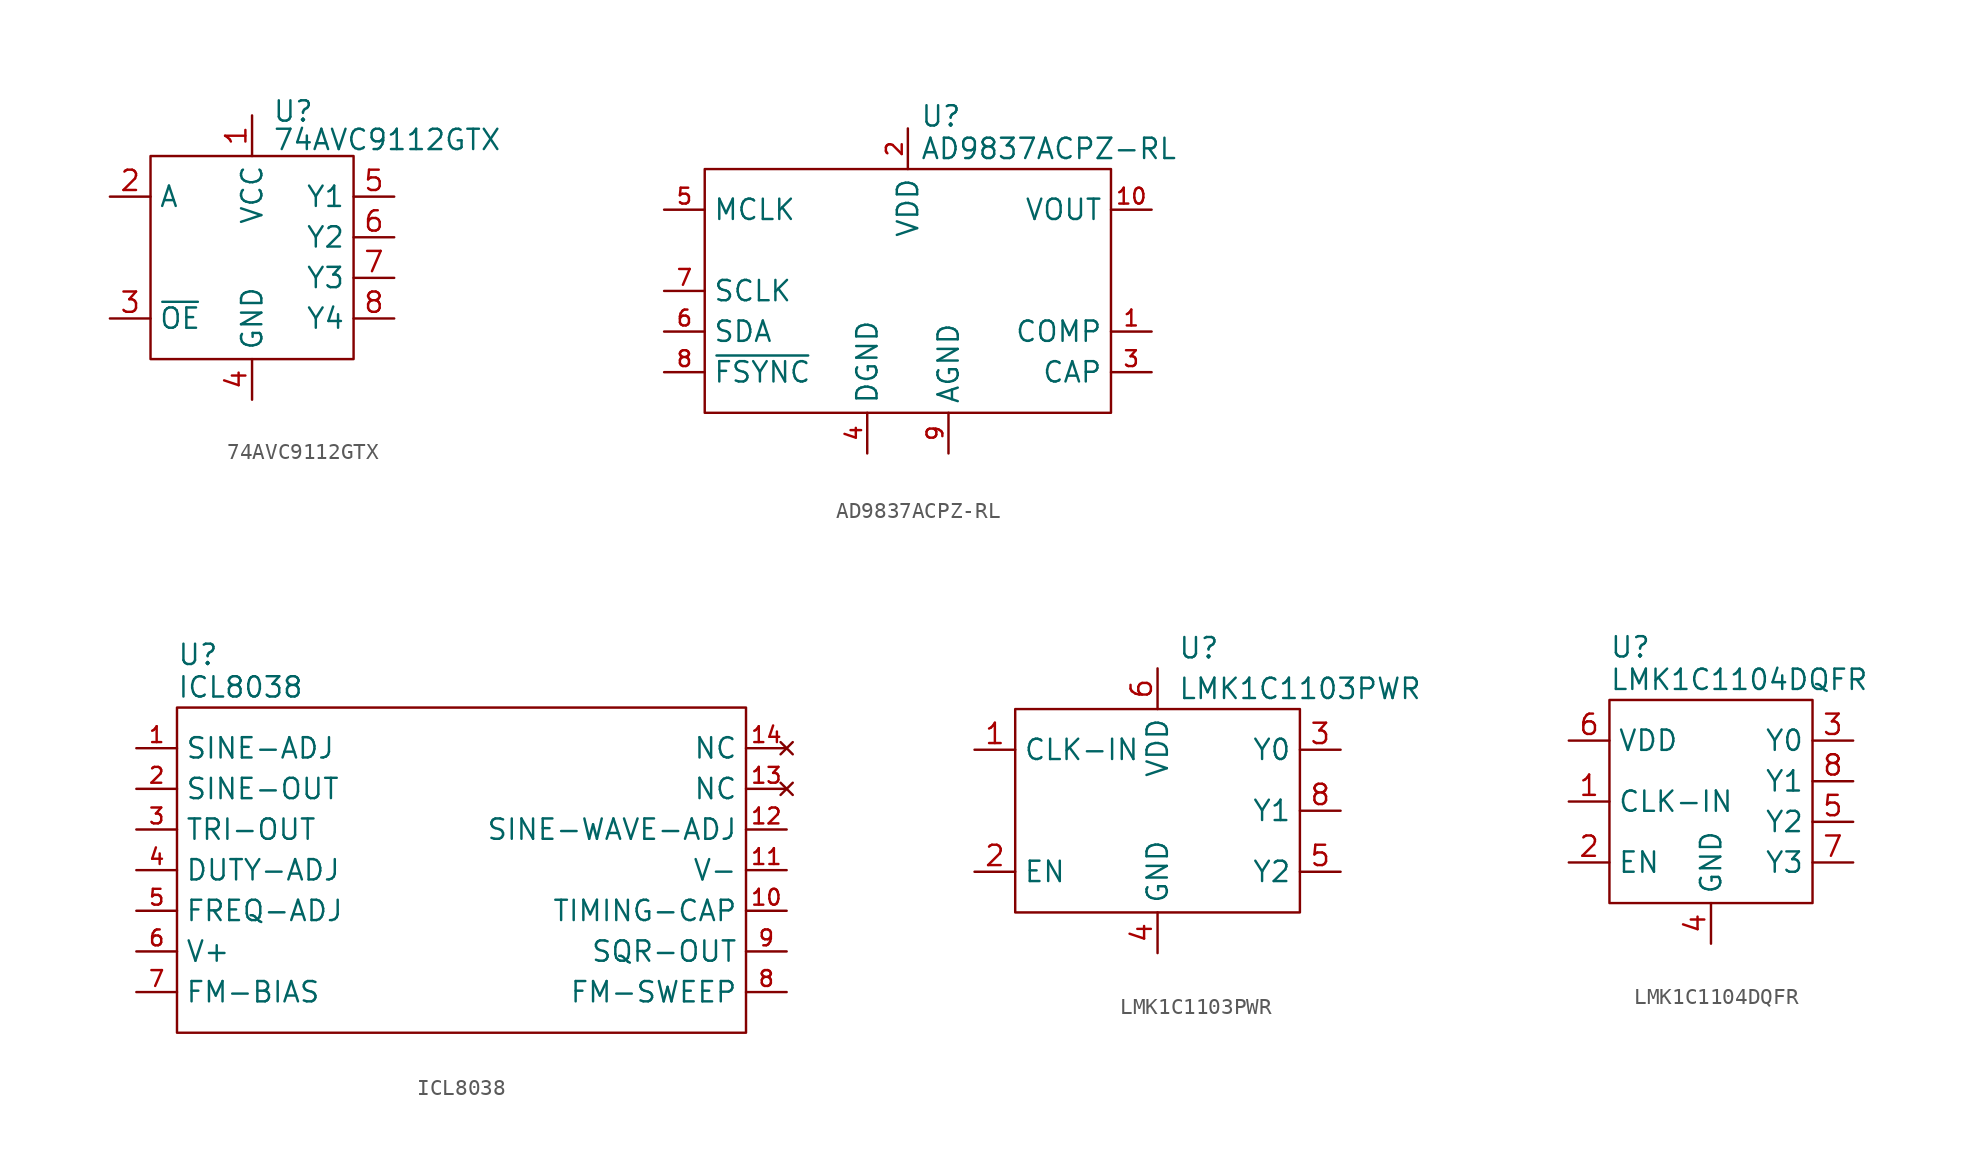
<source format=kicad_sym>
(kicad_symbol_lib
  (version 20231120)
  (generator "kicad_symbol_editor")
  (generator_version "8.0")
  (symbol "74AVC9112GTX"
    (property "Reference" "U"
      (at 7.62 2.794 0)
      (effects (font (size 1.27 1.27)) (justify left)))
    (property "Value" "74AVC9112GTX"
      (at 7.62 1.016 0)
      (effects (font (size 1.27 1.27)) (justify left)))
    (symbol "74AVC9112GTX_0_0"
      (pin power_in line (at 6.35 2.54 270) (length 2.54) (name "VCC" (effects (font (size 1.27 1.27)))) (number "1" (effects (font (size 1.27 1.27)))))
      (pin input line (at -2.54 -2.54 0) (length 2.54) (name "A" (effects (font (size 1.27 1.27)))) (number "2" (effects (font (size 1.27 1.27)))))
      (pin input line (at -2.54 -10.16 0) (length 2.54) (name "~{OE}" (effects (font (size 1.27 1.27)))) (number "3" (effects (font (size 1.27 1.27)))))
      (pin power_in line (at 6.35 -15.24 90) (length 2.54) (name "GND" (effects (font (size 1.27 1.27)))) (number "4" (effects (font (size 1.27 1.27)))))
      (pin output line (at 15.24 -2.54 180) (length 2.54) (name "Y1" (effects (font (size 1.27 1.27)))) (number "5" (effects (font (size 1.27 1.27)))))
      (pin output line (at 15.24 -5.08 180) (length 2.54) (name "Y2" (effects (font (size 1.27 1.27)))) (number "6" (effects (font (size 1.27 1.27)))))
      (pin output line (at 15.24 -7.62 180) (length 2.54) (name "Y3" (effects (font (size 1.27 1.27)))) (number "7" (effects (font (size 1.27 1.27)))))
      (pin output line (at 15.24 -10.16 180) (length 2.54) (name "Y4" (effects (font (size 1.27 1.27)))) (number "8" (effects (font (size 1.27 1.27))))))
    (symbol "74AVC9112GTX_0_1"
      (rectangle (start 0 0) (end 12.7 -12.7) (stroke (width 0) (type default)) (fill (type none)))))
  (symbol "AD9837ACPZ-RL"
    (property "Reference" "U"
      (at 13.462 3.302 0)
      (effects (font (size 1.27 1.27)) (justify left)))
    (property "Value" "AD9837ACPZ-RL"
      (at 13.462 1.27 0)
      (effects (font (size 1.27 1.27)) (justify left)))
    (symbol "AD9837ACPZ-RL_0_0"
      (pin output line (at 27.94 -10.16 180) (length 2.54) (name "COMP" (effects (font (size 1.27 1.27)))) (number "1" (effects (font (size 0.991 0.991)))))
      (pin output line (at 27.94 -2.54 180) (length 2.54) (name "VOUT" (effects (font (size 1.27 1.27)))) (number "10" (effects (font (size 0.991 0.991)))))
      (pin power_in line (at 12.7 2.54 270) (length 2.54) (name "VDD" (effects (font (size 1.27 1.27)))) (number "2" (effects (font (size 0.991 0.991)))))
      (pin power_out line (at 27.94 -12.7 180) (length 2.54) (name "CAP" (effects (font (size 1.27 1.27)))) (number "3" (effects (font (size 0.991 0.991)))))
      (pin power_in line (at 10.16 -17.78 90) (length 2.54) (name "DGND" (effects (font (size 1.27 1.27)))) (number "4" (effects (font (size 0.991 0.991)))))
      (pin input line (at -2.54 -2.54 0) (length 2.54) (name "MCLK" (effects (font (size 1.27 1.27)))) (number "5" (effects (font (size 0.991 0.991)))))
      (pin input line (at -2.54 -10.16 0) (length 2.54) (name "SDA" (effects (font (size 1.27 1.27)))) (number "6" (effects (font (size 0.991 0.991)))))
      (pin input line (at -2.54 -7.62 0) (length 2.54) (name "SCLK" (effects (font (size 1.27 1.27)))) (number "7" (effects (font (size 0.991 0.991)))))
      (pin power_in line (at 15.24 -17.78 90) (length 2.54) (name "AGND" (effects (font (size 1.27 1.27)))) (number "9" (effects (font (size 0.991 0.991))))))
    (symbol "AD9837ACPZ-RL_0_1"
      (rectangle (start 0 0) (end 25.4 -15.24) (stroke (width 0) (type default)) (fill (type none))))
    (symbol "AD9837ACPZ-RL_1_0"
      (pin power_in line (at 10.16 -17.78 90) (length 2.54) hide (name "DGND" (effects (font (size 1.27 1.27)))) (number "11" (effects (font (size 0.991 0.991)))))
      (pin input line (at -2.54 -12.7 0) (length 2.54) (name "~{FSYNC}" (effects (font (size 1.27 1.27)))) (number "8" (effects (font (size 0.991 0.991)))))))
  (symbol "ICL8038"
    (property "Reference" "U"
      (at 0 3.302 0)
      (effects (font (size 1.27 1.27)) (justify left)))
    (property "Value" "ICL8038"
      (at 0 1.27 0)
      (effects (font (size 1.27 1.27)) (justify left)))
    (symbol "ICL8038_0_0"
      (pin input line (at -2.54 -2.54 0) (length 2.54) (name "SINE-ADJ" (effects (font (size 1.27 1.27)))) (number "1" (effects (font (size 0.991 0.991)))))
      (pin input line (at 38.1 -12.7 180) (length 2.54) (name "TIMING-CAP" (effects (font (size 1.27 1.27)))) (number "10" (effects (font (size 0.991 0.991)))))
      (pin power_in line (at 38.1 -10.16 180) (length 2.54) (name "V-" (effects (font (size 1.27 1.27)))) (number "11" (effects (font (size 0.991 0.991)))))
      (pin input line (at 38.1 -7.62 180) (length 2.54) (name "SINE-WAVE-ADJ" (effects (font (size 1.27 1.27)))) (number "12" (effects (font (size 0.991 0.991)))))
      (pin no_connect line (at 38.1 -5.08 180) (length 2.54) (name "NC" (effects (font (size 1.27 1.27)))) (number "13" (effects (font (size 0.991 0.991)))))
      (pin no_connect line (at 38.1 -2.54 180) (length 2.54) (name "NC" (effects (font (size 1.27 1.27)))) (number "14" (effects (font (size 0.991 0.991)))))
      (pin output line (at -2.54 -5.08 0) (length 2.54) (name "SINE-OUT" (effects (font (size 1.27 1.27)))) (number "2" (effects (font (size 0.991 0.991)))))
      (pin output line (at -2.54 -7.62 0) (length 2.54) (name "TRI-OUT" (effects (font (size 1.27 1.27)))) (number "3" (effects (font (size 0.991 0.991)))))
      (pin input line (at -2.54 -10.16 0) (length 2.54) (name "DUTY-ADJ" (effects (font (size 1.27 1.27)))) (number "4" (effects (font (size 0.991 0.991)))))
      (pin input line (at -2.54 -12.7 0) (length 2.54) (name "FREQ-ADJ" (effects (font (size 1.27 1.27)))) (number "5" (effects (font (size 0.991 0.991)))))
      (pin power_in line (at -2.54 -15.24 0) (length 2.54) (name "V+" (effects (font (size 1.27 1.27)))) (number "6" (effects (font (size 0.991 0.991)))))
      (pin input line (at -2.54 -17.78 0) (length 2.54) (name "FM-BIAS" (effects (font (size 1.27 1.27)))) (number "7" (effects (font (size 0.991 0.991)))))
      (pin input line (at 38.1 -17.78 180) (length 2.54) (name "FM-SWEEP" (effects (font (size 1.27 1.27)))) (number "8" (effects (font (size 0.991 0.991)))))
      (pin output line (at 38.1 -15.24 180) (length 2.54) (name "SQR-OUT" (effects (font (size 1.27 1.27)))) (number "9" (effects (font (size 0.991 0.991))))))
    (symbol "ICL8038_0_1"
      (rectangle (start 0 0) (end 35.56 -20.32) (stroke (width 0) (type default)) (fill (type none)))))
  (symbol "LMK1C1103PWR"
    (property "Reference" "U"
      (at 10.16 3.81 0)
      (effects (font (size 1.27 1.27)) (justify left)))
    (property "Value" "LMK1C1103PWR"
      (at 10.16 1.27 0)
      (effects (font (size 1.27 1.27)) (justify left)))
    (symbol "LMK1C1103PWR_0_0"
      (pin input line (at -2.54 -2.54 0) (length 2.54) (name "CLK-IN" (effects (font (size 1.27 1.27)))) (number "1" (effects (font (size 1.27 1.27)))))
      (pin input line (at -2.54 -10.16 0) (length 2.54) (name "EN" (effects (font (size 1.27 1.27)))) (number "2" (effects (font (size 1.27 1.27)))))
      (pin output line (at 20.32 -2.54 180) (length 2.54) (name "Y0" (effects (font (size 1.27 1.27)))) (number "3" (effects (font (size 1.27 1.27)))))
      (pin power_in line (at 8.89 -15.24 90) (length 2.54) (name "GND" (effects (font (size 1.27 1.27)))) (number "4" (effects (font (size 1.27 1.27)))))
      (pin output line (at 20.32 -10.16 180) (length 2.54) (name "Y2" (effects (font (size 1.27 1.27)))) (number "5" (effects (font (size 1.27 1.27)))))
      (pin power_in line (at 8.89 2.54 270) (length 2.54) (name "VDD" (effects (font (size 1.27 1.27)))) (number "6" (effects (font (size 1.27 1.27)))))
      (pin no_connect line (at 7.62 -7.62 0) (length 2.54) hide (name "NC" (effects (font (size 1.27 1.27)))) (number "7" (effects (font (size 1.27 1.27)))))
      (pin output line (at 20.32 -6.35 180) (length 2.54) (name "Y1" (effects (font (size 1.27 1.27)))) (number "8" (effects (font (size 1.27 1.27))))))
    (symbol "LMK1C1103PWR_0_1"
      (rectangle (start 0 0) (end 17.78 -12.7) (stroke (width 0) (type default)) (fill (type none)))))
  (symbol "LMK1C1104DQFR"
    (property "Reference" "U"
      (at 0 3.302 0)
      (effects (font (size 1.27 1.27)) (justify left)))
    (property "Value" "LMK1C1104DQFR"
      (at 0 1.27 0)
      (effects (font (size 1.27 1.27)) (justify left)))
    (symbol "LMK1C1104DQFR_0_0"
      (pin input line (at -2.54 -6.35 0) (length 2.54) (name "CLK-IN" (effects (font (size 1.27 1.27)))) (number "1" (effects (font (size 1.27 1.27)))))
      (pin input line (at -2.54 -10.16 0) (length 2.54) (name "EN" (effects (font (size 1.27 1.27)))) (number "2" (effects (font (size 1.27 1.27)))))
      (pin output line (at 15.24 -2.54 180) (length 2.54) (name "Y0" (effects (font (size 1.27 1.27)))) (number "3" (effects (font (size 1.27 1.27)))))
      (pin power_in line (at 6.35 -15.24 90) (length 2.54) (name "GND" (effects (font (size 1.27 1.27)))) (number "4" (effects (font (size 1.27 1.27)))))
      (pin output line (at 15.24 -7.62 180) (length 2.54) (name "Y2" (effects (font (size 1.27 1.27)))) (number "5" (effects (font (size 1.27 1.27)))))
      (pin power_in line (at -2.54 -2.54 0) (length 2.54) (name "VDD" (effects (font (size 1.27 1.27)))) (number "6" (effects (font (size 1.27 1.27)))))
      (pin output line (at 15.24 -10.16 180) (length 2.54) (name "Y3" (effects (font (size 1.27 1.27)))) (number "7" (effects (font (size 1.27 1.27)))))
      (pin output line (at 15.24 -5.08 180) (length 2.54) (name "Y1" (effects (font (size 1.27 1.27)))) (number "8" (effects (font (size 1.27 1.27))))))
    (symbol "LMK1C1104DQFR_0_1"
      (rectangle (start 0 0) (end 12.7 -12.7) (stroke (width 0) (type default)) (fill (type none))))))
</source>
